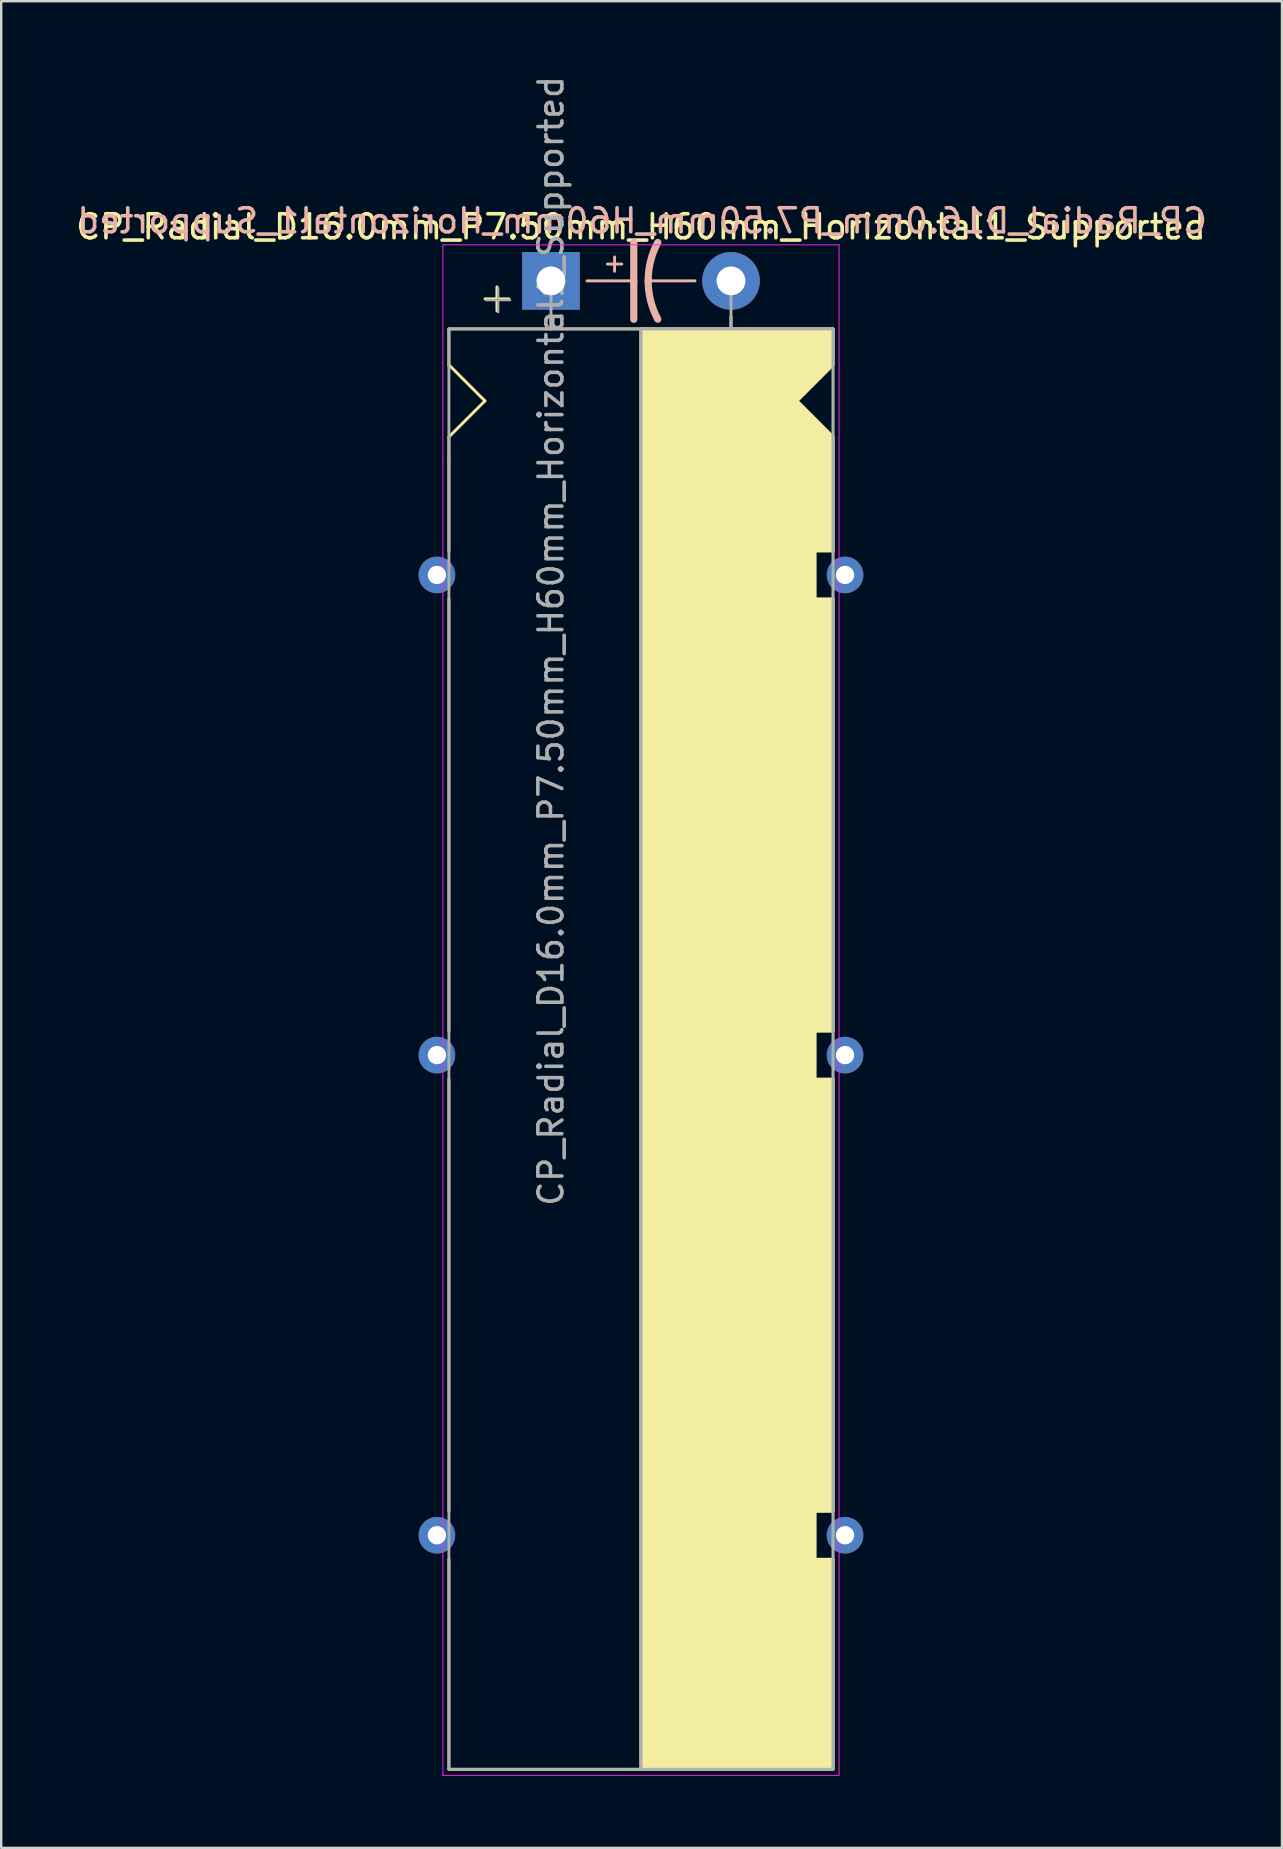
<source format=kicad_pcb>
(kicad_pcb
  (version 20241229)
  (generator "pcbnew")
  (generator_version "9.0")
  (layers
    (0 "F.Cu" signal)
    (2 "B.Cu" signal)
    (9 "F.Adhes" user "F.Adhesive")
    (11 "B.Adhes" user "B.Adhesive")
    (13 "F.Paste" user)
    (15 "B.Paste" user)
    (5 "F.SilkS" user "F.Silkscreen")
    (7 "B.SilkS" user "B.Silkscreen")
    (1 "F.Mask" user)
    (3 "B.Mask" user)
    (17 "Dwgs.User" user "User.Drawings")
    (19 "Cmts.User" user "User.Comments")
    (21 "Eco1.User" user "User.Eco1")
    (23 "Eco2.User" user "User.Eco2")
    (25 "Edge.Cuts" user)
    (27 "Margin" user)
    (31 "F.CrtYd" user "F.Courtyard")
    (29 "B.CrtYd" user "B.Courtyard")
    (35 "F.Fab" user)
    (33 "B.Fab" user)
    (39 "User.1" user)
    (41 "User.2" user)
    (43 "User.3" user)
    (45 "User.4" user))
  (footprint "CP_Radial_D16.0mm_P7.50mm_H60mm_Horizontal1_Supported"
    (layer "F.Cu")
    (at 19.899 8.649)
    (property "Reference" "CP_Radial_D16.0mm_P7.50mm_H60mm_Horizontal1_Supported" (at 3.75 -2.25 0) (layer "F.SilkS") (effects (font (size 1 1) (thickness 0.15))))
    (fp_line (start -4.25 2) (end -4.25 3.5) (stroke (width 0.12) (type solid)) (layer "F.SilkS"))
    (fp_line (start -4.25 3.5) (end -2.75 5) (stroke (width 0.12) (type solid)) (layer "F.SilkS"))
    (fp_line (start -4.25 6.5) (end -4.25 7.5) (stroke (width 0.12) (type solid)) (layer "F.SilkS"))
    (fp_line (start -4.25 7.5) (end -4.25 11.25) (stroke (width 0.12) (type solid)) (layer "F.SilkS"))
    (fp_line (start -4.25 31.25) (end -4.25 13.25) (stroke (width 0.12) (type solid)) (layer "F.SilkS"))
    (fp_line (start -4.25 33.25) (end -4.25 51.25) (stroke (width 0.12) (type solid)) (layer "F.SilkS"))
    (fp_line (start -4.25 53.25) (end -4.25 62) (stroke (width 0.12) (type solid)) (layer "F.SilkS"))
    (fp_line (start -2.75 5) (end -4.25 6.5) (stroke (width 0.12) (type solid)) (layer "F.SilkS"))
    (fp_line (start -2.25 0.25) (end -2.25 1.25) (stroke (width 0.12) (type solid)) (layer "F.SilkS"))
    (fp_line (start -1.75 0.75) (end -2.75 0.75) (stroke (width 0.12) (type solid)) (layer "F.SilkS"))
    (fp_line (start 0 1.5) (end 0 2) (stroke (width 0.12) (type solid)) (layer "F.SilkS"))
    (fp_line (start 3.75 2) (end -4.25 2) (stroke (width 0.12) (type solid)) (layer "F.SilkS"))
    (fp_line (start 3.75 2) (end 3.75 62) (stroke (width 0.12) (type solid)) (layer "F.SilkS"))
    (fp_line (start 3.75 2) (end 11.75 2) (stroke (width 0.12) (type solid)) (layer "F.SilkS"))
    (fp_line (start 7.5 1.5) (end 7.5 2) (stroke (width 0.12) (type solid)) (layer "F.SilkS"))
    (fp_line (start 10.25 5) (end 11.75 6.5) (stroke (width 0.12) (type solid)) (layer "F.SilkS"))
    (fp_line (start 11 11.25) (end 11.75 11.25) (stroke (width 0.12) (type solid)) (layer "F.SilkS"))
    (fp_line (start 11 13.25) (end 11 11.25) (stroke (width 0.12) (type solid)) (layer "F.SilkS"))
    (fp_line (start 11 31.25) (end 11.75 31.25) (stroke (width 0.12) (type solid)) (layer "F.SilkS"))
    (fp_line (start 11 33.25) (end 11 31.25) (stroke (width 0.12) (type solid)) (layer "F.SilkS"))
    (fp_line (start 11 51.25) (end 11.75 51.25) (stroke (width 0.12) (type solid)) (layer "F.SilkS"))
    (fp_line (start 11 53.25) (end 11 51.25) (stroke (width 0.12) (type solid)) (layer "F.SilkS"))
    (fp_line (start 11.75 2) (end 11.75 3.5) (stroke (width 0.12) (type solid)) (layer "F.SilkS"))
    (fp_line (start 11.75 3.5) (end 10.25 5) (stroke (width 0.12) (type solid)) (layer "F.SilkS"))
    (fp_line (start 11.75 11.25) (end 11.75 6.5) (stroke (width 0.12) (type solid)) (layer "F.SilkS"))
    (fp_line (start 11.75 13.25) (end 11 13.25) (stroke (width 0.12) (type solid)) (layer "F.SilkS"))
    (fp_line (start 11.75 13.25) (end 11.75 31.25) (stroke (width 0.12) (type solid)) (layer "F.SilkS"))
    (fp_line (start 11.75 33.25) (end 11 33.25) (stroke (width 0.12) (type solid)) (layer "F.SilkS"))
    (fp_line (start 11.75 33.25) (end 11.75 51.25) (stroke (width 0.12) (type solid)) (layer "F.SilkS"))
    (fp_line (start 11.75 53.25) (end 11 53.25) (stroke (width 0.12) (type solid)) (layer "F.SilkS"))
    (fp_line (start 11.75 62) (end -4.25 62) (stroke (width 0.12) (type solid)) (layer "F.SilkS"))
    (fp_line (start 11.75 62) (end 11.75 53.25) (stroke (width 0.12) (type solid)) (layer "F.SilkS"))
    (fp_poly (pts (xy 11.75 3.5) (xy 10.25 5) (xy 11.75 6.5) (xy 11.75 11.25) (xy 11 11.25) (xy 11 13.25) (xy 11.75 13.25) (xy 11.75 31.25) (xy 11 31.25) (xy 11 33.25) (xy 11.75 33.25) (xy 11.75 51.25) (xy 11 51.25) (xy 11 53.25) (xy 11.75 53.25) (xy 11.75 62) (xy 3.75 62) (xy 3.75 2) (xy 11.75 2)) (stroke (width 0.1) (type solid)) (fill yes) (layer "F.SilkS"))
    (fp_line (start 1.5 0) (end 3.45 0) (stroke (width 0.12) (type solid)) (layer "B.SilkS"))
    (fp_line (start 2.35 -0.7) (end 2.95 -0.7) (stroke (width 0.12) (type solid)) (layer "B.SilkS"))
    (fp_line (start 2.65 -0.4) (end 2.65 -1) (stroke (width 0.12) (type solid)) (layer "B.SilkS"))
    (fp_line (start 3.45 0) (end 3.45 -1.6) (stroke (width 0.3) (type solid)) (layer "B.SilkS"))
    (fp_line (start 3.45 0) (end 3.45 1.6) (stroke (width 0.3) (type solid)) (layer "B.SilkS"))
    (fp_line (start 6 0) (end 4.05 0) (stroke (width 0.12) (type solid)) (layer "B.SilkS"))
    (fp_arc (start 4.05 0) (mid 4.150512 -0.824872) (end 4.45 -1.6) (stroke (width 0.3) (type solid)) (layer "B.SilkS"))
    (fp_arc (start 4.45 1.596157) (mid 4.151652 0.822725) (end 4.05 0) (stroke (width 0.3) (type solid)) (layer "B.SilkS"))
    (fp_line (start -4.5 -1.5) (end 12 -1.5) (stroke (width 0.04) (type solid)) (layer "F.CrtYd"))
    (fp_line (start -4.5 62.25) (end -4.5 -1.5) (stroke (width 0.04) (type solid)) (layer "F.CrtYd"))
    (fp_line (start 12 -1.5) (end 12 62.25) (stroke (width 0.04) (type solid)) (layer "F.CrtYd"))
    (fp_line (start 12 62.25) (end -4.5 62.25) (stroke (width 0.04) (type solid)) (layer "F.CrtYd"))
    (fp_line (start -4.25 2) (end -4.25 62) (stroke (width 0.12) (type solid)) (layer "F.Fab"))
    (fp_line (start -4.25 62) (end 11.75 62) (stroke (width 0.12) (type solid)) (layer "F.Fab"))
    (fp_line (start -2.7 0.8) (end -1.7 0.8) (stroke (width 0.1) (type solid)) (layer "F.Fab"))
    (fp_line (start -2.2 1.3) (end -2.2 0.3) (stroke (width 0.1) (type solid)) (layer "F.Fab"))
    (fp_line (start 0 0) (end 0 2) (stroke (width 0.12) (type solid)) (layer "F.Fab"))
    (fp_line (start 0 2) (end -4.25 2) (stroke (width 0.12) (type solid)) (layer "F.Fab"))
    (fp_line (start 3.75 2) (end 3.75 62) (stroke (width 0.12) (type solid)) (layer "F.Fab"))
    (fp_line (start 7.5 0) (end 7.5 2) (stroke (width 0.12) (type solid)) (layer "F.Fab"))
    (fp_line (start 11.75 2) (end 0 2) (stroke (width 0.12) (type solid)) (layer "F.Fab"))
    (fp_line (start 11.75 62) (end 11.75 2) (stroke (width 0.12) (type solid)) (layer "F.Fab"))
    (fp_poly (pts (xy 11.75 62) (xy 3.75 62) (xy 3.75 2) (xy 11.75 2)) (stroke (width 0.1) (type solid)) (fill no) (layer "F.Fab"))
    (fp_text user "${REFERENCE}" (at 3.8 -2.5 0) (layer "B.SilkS") (effects (font (size 1 1) (thickness 0.15)) (justify mirror)))
    (fp_text user "${REFERENCE}" (at 0 15 90) (layer "F.Fab") (effects (font (size 1 1) (thickness 0.15))))
    (pad "1" thru_hole rect (at 0 0) (size 2.4 2.4) (drill 1.2) (layers "*.Cu" "*.Mask"))
    (pad "2" thru_hole circle (at 7.5 0) (size 2.4 2.4) (drill 1.2) (layers "*.Cu" "*.Mask"))
    (pad "~" thru_hole circle (at -4.75 12.25) (size 1.524 1.524) (drill 0.762) (layers "*.Cu" "*.Mask"))
    (pad "~" thru_hole circle (at -4.75 32.25) (size 1.524 1.524) (drill 0.762) (layers "*.Cu" "*.Mask"))
    (pad "~" thru_hole circle (at -4.75 52.25) (size 1.524 1.524) (drill 0.762) (layers "*.Cu" "*.Mask"))
    (pad "~" thru_hole circle (at 12.25 12.25) (size 1.524 1.524) (drill 0.762) (layers "*.Cu" "*.Mask"))
    (pad "~" thru_hole circle (at 12.25 32.25) (size 1.524 1.524) (drill 0.762) (layers "*.Cu" "*.Mask"))
    (pad "~" thru_hole circle (at 12.25 52.25) (size 1.524 1.524) (drill 0.762) (layers "*.Cu" "*.Mask")))
  (gr_rect
    (start -3 -3)
    (end 50.348 73.919)
    (stroke (width 0.1) (type default))
    (fill no)
    (layer "Edge.Cuts")))
</source>
